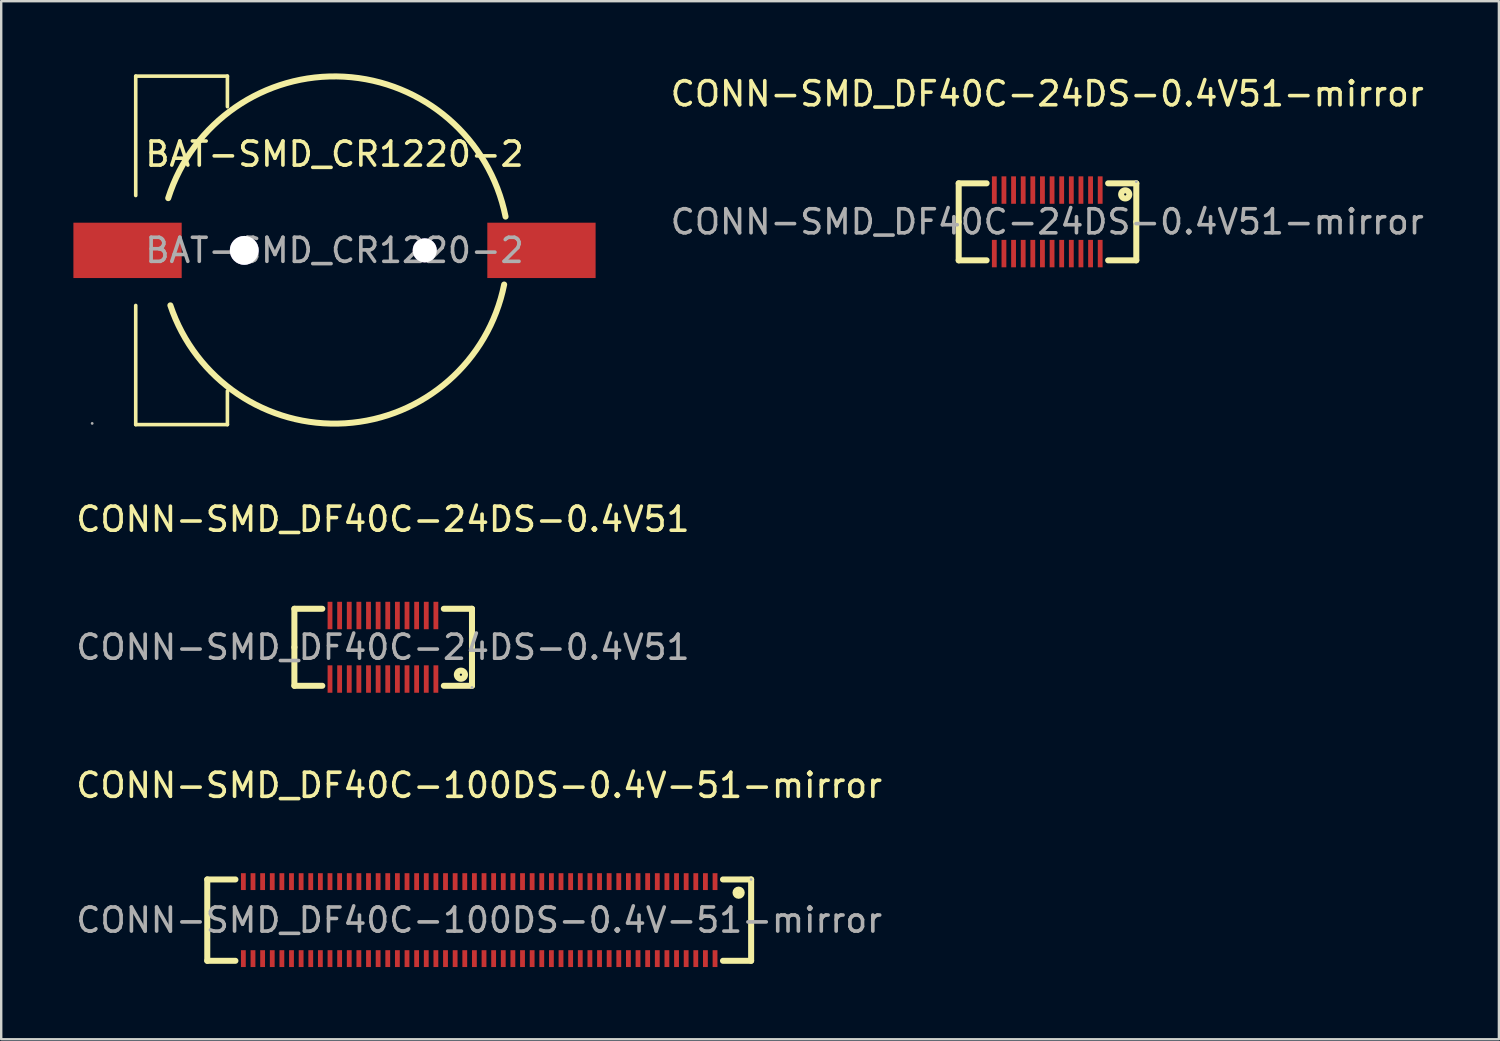
<source format=kicad_pcb>
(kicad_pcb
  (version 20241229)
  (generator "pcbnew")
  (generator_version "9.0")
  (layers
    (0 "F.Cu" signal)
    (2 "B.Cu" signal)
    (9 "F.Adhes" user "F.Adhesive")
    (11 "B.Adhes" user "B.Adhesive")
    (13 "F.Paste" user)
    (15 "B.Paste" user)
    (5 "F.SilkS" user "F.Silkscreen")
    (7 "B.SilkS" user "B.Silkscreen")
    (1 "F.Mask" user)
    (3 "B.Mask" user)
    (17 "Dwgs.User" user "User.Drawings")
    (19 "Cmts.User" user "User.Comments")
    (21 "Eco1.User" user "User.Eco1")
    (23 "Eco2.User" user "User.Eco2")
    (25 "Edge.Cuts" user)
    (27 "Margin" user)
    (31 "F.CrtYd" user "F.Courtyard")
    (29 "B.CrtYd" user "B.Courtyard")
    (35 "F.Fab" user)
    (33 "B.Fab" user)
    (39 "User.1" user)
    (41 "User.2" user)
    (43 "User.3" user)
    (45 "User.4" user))
  (footprint "BAT-SMD_CR1220-2"
    (layer "F.Cu")
    (at 10.85 7.354)
    (property "Reference" "BAT-SMD_CR1220-2" (at 0 -4 0) (layer "F.SilkS") (effects (font (size 1 1) (thickness 0.15))))
    (attr smd)
    (fp_line (start -8.26 -7.24) (end -8.26 -2.28) (stroke (width 0.15) (type solid)) (layer "F.SilkS"))
    (fp_line (start -8.26 2.29) (end -8.26 7.24) (stroke (width 0.15) (type solid)) (layer "F.SilkS"))
    (fp_line (start -8.26 7.24) (end -4.45 7.24) (stroke (width 0.15) (type solid)) (layer "F.SilkS"))
    (fp_line (start -4.45 -7.24) (end -8.26 -7.24) (stroke (width 0.15) (type solid)) (layer "F.SilkS"))
    (fp_line (start -4.45 -5.97) (end -4.45 -7.24) (stroke (width 0.15) (type solid)) (layer "F.SilkS"))
    (fp_line (start -4.45 7.24) (end -4.45 5.84) (stroke (width 0.15) (type solid)) (layer "F.SilkS"))
    (fp_arc (start -6.91 -2.17) (mid 0.395803 -7.217924) (end 7.1076 -1.403454) (stroke (width 0.25) (type solid)) (layer "F.SilkS"))
    (fp_arc (start 7.05 1.42) (mid 0.447691 7.185665) (end -6.82007 2.285356) (stroke (width 0.25) (type solid)) (layer "F.SilkS"))
    (fp_circle (center -3.75 0) (end -3.5 0) (stroke (width 0.5) (type solid)) (fill no) (layer "Cmts.User"))
    (fp_circle (center 3.75 0) (end 3.94 0) (stroke (width 0.38) (type solid)) (fill no) (layer "Cmts.User"))
    (fp_circle (center -10.07 7.19) (end -10.04 7.19) (stroke (width 0.06) (type solid)) (fill no) (layer "F.Fab"))
    (fp_text user "${REFERENCE}" (at 0 0 0) (layer "F.Fab") (effects (font (size 1 1) (thickness 0.15))))
    (pad "" thru_hole circle (at -3.75 0) (size 1.2 1.2) (drill 1.2) (layers "*.Cu" "*.Mask"))
    (pad "" thru_hole circle (at 3.75 0) (size 1 1) (drill 1) (layers "*.Cu" "*.Mask"))
    (pad "1" smd rect (at -8.6 0 180) (size 4.5 2.3) (layers "F.Cu" "F.Mask" "F.Paste"))
    (pad "2" smd rect (at 8.6 0 180) (size 4.5 2.3) (layers "F.Cu" "F.Mask" "F.Paste")))
  (footprint "CONN-SMD_DF40C-100DS-0.4V-51-mirror"
    (layer "F.Cu")
    (at 16.863 35.185)
    (property "Reference" "CONN-SMD_DF40C-100DS-0.4V-51-mirror" (at 0 -5.6 0) (layer "F.SilkS") (effects (font (size 1 1) (thickness 0.15))))
    (attr smd)
    (fp_line (start -11.3 -1.69) (end -10.13 -1.69) (stroke (width 0.25) (type solid)) (layer "F.SilkS"))
    (fp_line (start -11.3 1.69) (end -11.3 -1.69) (stroke (width 0.25) (type solid)) (layer "F.SilkS"))
    (fp_line (start -11.3 1.69) (end -10.13 1.69) (stroke (width 0.25) (type solid)) (layer "F.SilkS"))
    (fp_line (start 10.13 -1.69) (end 11.3 -1.69) (stroke (width 0.25) (type solid)) (layer "F.SilkS"))
    (fp_line (start 10.13 1.69) (end 11.3 1.69) (stroke (width 0.25) (type solid)) (layer "F.SilkS"))
    (fp_line (start 11.3 1.69) (end 11.3 -1.69) (stroke (width 0.25) (type solid)) (layer "F.SilkS"))
    (fp_circle (center 10.78 -1.14) (end 10.91 -1.14) (stroke (width 0.25) (type solid)) (fill no) (layer "F.SilkS"))
    (fp_circle (center 11.3 -1.69) (end 11.33 -1.69) (stroke (width 0.06) (type solid)) (fill no) (layer "F.Fab"))
    (fp_text user "${REFERENCE}" (at 0 0 0) (layer "F.Fab") (effects (font (size 1 1) (thickness 0.15))))
    (pad "1" smd rect (at 9.8 -1.6) (size 0.2 0.7) (layers "F.Cu" "F.Mask" "F.Paste"))
    (pad "2" smd rect (at 9.8 1.6) (size 0.2 0.7) (layers "F.Cu" "F.Mask" "F.Paste"))
    (pad "3" smd rect (at 9.4 -1.6) (size 0.2 0.7) (layers "F.Cu" "F.Mask" "F.Paste"))
    (pad "4" smd rect (at 9.4 1.6) (size 0.2 0.7) (layers "F.Cu" "F.Mask" "F.Paste"))
    (pad "5" smd rect (at 9 -1.6) (size 0.2 0.7) (layers "F.Cu" "F.Mask" "F.Paste"))
    (pad "6" smd rect (at 9 1.6) (size 0.2 0.7) (layers "F.Cu" "F.Mask" "F.Paste"))
    (pad "7" smd rect (at 8.6 -1.6) (size 0.2 0.7) (layers "F.Cu" "F.Mask" "F.Paste"))
    (pad "8" smd rect (at 8.6 1.6) (size 0.2 0.7) (layers "F.Cu" "F.Mask" "F.Paste"))
    (pad "9" smd rect (at 8.2 -1.6) (size 0.2 0.7) (layers "F.Cu" "F.Mask" "F.Paste"))
    (pad "10" smd rect (at 8.2 1.6) (size 0.2 0.7) (layers "F.Cu" "F.Mask" "F.Paste"))
    (pad "11" smd rect (at 7.8 -1.6) (size 0.2 0.7) (layers "F.Cu" "F.Mask" "F.Paste"))
    (pad "12" smd rect (at 7.8 1.6) (size 0.2 0.7) (layers "F.Cu" "F.Mask" "F.Paste"))
    (pad "13" smd rect (at 7.4 -1.6) (size 0.2 0.7) (layers "F.Cu" "F.Mask" "F.Paste"))
    (pad "14" smd rect (at 7.4 1.6) (size 0.2 0.7) (layers "F.Cu" "F.Mask" "F.Paste"))
    (pad "15" smd rect (at 7 -1.6) (size 0.2 0.7) (layers "F.Cu" "F.Mask" "F.Paste"))
    (pad "16" smd rect (at 7 1.6) (size 0.2 0.7) (layers "F.Cu" "F.Mask" "F.Paste"))
    (pad "17" smd rect (at 6.6 -1.6) (size 0.2 0.7) (layers "F.Cu" "F.Mask" "F.Paste"))
    (pad "18" smd rect (at 6.6 1.6) (size 0.2 0.7) (layers "F.Cu" "F.Mask" "F.Paste"))
    (pad "19" smd rect (at 6.2 -1.6) (size 0.2 0.7) (layers "F.Cu" "F.Mask" "F.Paste"))
    (pad "20" smd rect (at 6.2 1.6) (size 0.2 0.7) (layers "F.Cu" "F.Mask" "F.Paste"))
    (pad "21" smd rect (at 5.8 -1.6) (size 0.2 0.7) (layers "F.Cu" "F.Mask" "F.Paste"))
    (pad "22" smd rect (at 5.8 1.6) (size 0.2 0.7) (layers "F.Cu" "F.Mask" "F.Paste"))
    (pad "23" smd rect (at 5.4 -1.6) (size 0.2 0.7) (layers "F.Cu" "F.Mask" "F.Paste"))
    (pad "24" smd rect (at 5.4 1.6) (size 0.2 0.7) (layers "F.Cu" "F.Mask" "F.Paste"))
    (pad "25" smd rect (at 5 -1.6) (size 0.2 0.7) (layers "F.Cu" "F.Mask" "F.Paste"))
    (pad "26" smd rect (at 5 1.6) (size 0.2 0.7) (layers "F.Cu" "F.Mask" "F.Paste"))
    (pad "27" smd rect (at 4.6 -1.6) (size 0.2 0.7) (layers "F.Cu" "F.Mask" "F.Paste"))
    (pad "28" smd rect (at 4.6 1.6) (size 0.2 0.7) (layers "F.Cu" "F.Mask" "F.Paste"))
    (pad "29" smd rect (at 4.2 -1.6) (size 0.2 0.7) (layers "F.Cu" "F.Mask" "F.Paste"))
    (pad "30" smd rect (at 4.2 1.6) (size 0.2 0.7) (layers "F.Cu" "F.Mask" "F.Paste"))
    (pad "31" smd rect (at 3.8 -1.6) (size 0.2 0.7) (layers "F.Cu" "F.Mask" "F.Paste"))
    (pad "32" smd rect (at 3.8 1.6) (size 0.2 0.7) (layers "F.Cu" "F.Mask" "F.Paste"))
    (pad "33" smd rect (at 3.4 -1.6) (size 0.2 0.7) (layers "F.Cu" "F.Mask" "F.Paste"))
    (pad "34" smd rect (at 3.4 1.6) (size 0.2 0.7) (layers "F.Cu" "F.Mask" "F.Paste"))
    (pad "35" smd rect (at 3 -1.6) (size 0.2 0.7) (layers "F.Cu" "F.Mask" "F.Paste"))
    (pad "36" smd rect (at 3 1.6) (size 0.2 0.7) (layers "F.Cu" "F.Mask" "F.Paste"))
    (pad "37" smd rect (at 2.6 -1.6) (size 0.2 0.7) (layers "F.Cu" "F.Mask" "F.Paste"))
    (pad "38" smd rect (at 2.6 1.6) (size 0.2 0.7) (layers "F.Cu" "F.Mask" "F.Paste"))
    (pad "39" smd rect (at 2.2 -1.6) (size 0.2 0.7) (layers "F.Cu" "F.Mask" "F.Paste"))
    (pad "40" smd rect (at 2.2 1.6) (size 0.2 0.7) (layers "F.Cu" "F.Mask" "F.Paste"))
    (pad "41" smd rect (at 1.8 -1.6) (size 0.2 0.7) (layers "F.Cu" "F.Mask" "F.Paste"))
    (pad "42" smd rect (at 1.8 1.6) (size 0.2 0.7) (layers "F.Cu" "F.Mask" "F.Paste"))
    (pad "43" smd rect (at 1.4 -1.6) (size 0.2 0.7) (layers "F.Cu" "F.Mask" "F.Paste"))
    (pad "44" smd rect (at 1.4 1.6) (size 0.2 0.7) (layers "F.Cu" "F.Mask" "F.Paste"))
    (pad "45" smd rect (at 1 -1.6) (size 0.2 0.7) (layers "F.Cu" "F.Mask" "F.Paste"))
    (pad "46" smd rect (at 1 1.6) (size 0.2 0.7) (layers "F.Cu" "F.Mask" "F.Paste"))
    (pad "47" smd rect (at 0.6 -1.6) (size 0.2 0.7) (layers "F.Cu" "F.Mask" "F.Paste"))
    (pad "48" smd rect (at 0.6 1.6) (size 0.2 0.7) (layers "F.Cu" "F.Mask" "F.Paste"))
    (pad "49" smd rect (at 0.2 -1.6) (size 0.2 0.7) (layers "F.Cu" "F.Mask" "F.Paste"))
    (pad "50" smd rect (at 0.2 1.6) (size 0.2 0.7) (layers "F.Cu" "F.Mask" "F.Paste"))
    (pad "51" smd rect (at -0.2 -1.6) (size 0.2 0.7) (layers "F.Cu" "F.Mask" "F.Paste"))
    (pad "52" smd rect (at -0.2 1.6) (size 0.2 0.7) (layers "F.Cu" "F.Mask" "F.Paste"))
    (pad "53" smd rect (at -0.6 -1.6) (size 0.2 0.7) (layers "F.Cu" "F.Mask" "F.Paste"))
    (pad "54" smd rect (at -0.6 1.6) (size 0.2 0.7) (layers "F.Cu" "F.Mask" "F.Paste"))
    (pad "55" smd rect (at -1 -1.6) (size 0.2 0.7) (layers "F.Cu" "F.Mask" "F.Paste"))
    (pad "56" smd rect (at -1 1.6) (size 0.2 0.7) (layers "F.Cu" "F.Mask" "F.Paste"))
    (pad "57" smd rect (at -1.4 -1.6) (size 0.2 0.7) (layers "F.Cu" "F.Mask" "F.Paste"))
    (pad "58" smd rect (at -1.4 1.6) (size 0.2 0.7) (layers "F.Cu" "F.Mask" "F.Paste"))
    (pad "59" smd rect (at -1.8 -1.6) (size 0.2 0.7) (layers "F.Cu" "F.Mask" "F.Paste"))
    (pad "60" smd rect (at -1.8 1.6) (size 0.2 0.7) (layers "F.Cu" "F.Mask" "F.Paste"))
    (pad "61" smd rect (at -2.2 -1.6) (size 0.2 0.7) (layers "F.Cu" "F.Mask" "F.Paste"))
    (pad "62" smd rect (at -2.2 1.6) (size 0.2 0.7) (layers "F.Cu" "F.Mask" "F.Paste"))
    (pad "63" smd rect (at -2.6 -1.6) (size 0.2 0.7) (layers "F.Cu" "F.Mask" "F.Paste"))
    (pad "64" smd rect (at -2.6 1.6) (size 0.2 0.7) (layers "F.Cu" "F.Mask" "F.Paste"))
    (pad "65" smd rect (at -3 -1.6) (size 0.2 0.7) (layers "F.Cu" "F.Mask" "F.Paste"))
    (pad "66" smd rect (at -3 1.6) (size 0.2 0.7) (layers "F.Cu" "F.Mask" "F.Paste"))
    (pad "67" smd rect (at -3.4 -1.6) (size 0.2 0.7) (layers "F.Cu" "F.Mask" "F.Paste"))
    (pad "68" smd rect (at -3.4 1.6) (size 0.2 0.7) (layers "F.Cu" "F.Mask" "F.Paste"))
    (pad "69" smd rect (at -3.8 -1.6) (size 0.2 0.7) (layers "F.Cu" "F.Mask" "F.Paste"))
    (pad "70" smd rect (at -3.8 1.6) (size 0.2 0.7) (layers "F.Cu" "F.Mask" "F.Paste"))
    (pad "71" smd rect (at -4.2 -1.6) (size 0.2 0.7) (layers "F.Cu" "F.Mask" "F.Paste"))
    (pad "72" smd rect (at -4.2 1.6) (size 0.2 0.7) (layers "F.Cu" "F.Mask" "F.Paste"))
    (pad "73" smd rect (at -4.6 -1.6) (size 0.2 0.7) (layers "F.Cu" "F.Mask" "F.Paste"))
    (pad "74" smd rect (at -4.6 1.6) (size 0.2 0.7) (layers "F.Cu" "F.Mask" "F.Paste"))
    (pad "75" smd rect (at -5 -1.6) (size 0.2 0.7) (layers "F.Cu" "F.Mask" "F.Paste"))
    (pad "76" smd rect (at -5 1.6) (size 0.2 0.7) (layers "F.Cu" "F.Mask" "F.Paste"))
    (pad "77" smd rect (at -5.4 -1.6) (size 0.2 0.7) (layers "F.Cu" "F.Mask" "F.Paste"))
    (pad "78" smd rect (at -5.4 1.6) (size 0.2 0.7) (layers "F.Cu" "F.Mask" "F.Paste"))
    (pad "79" smd rect (at -5.8 -1.6) (size 0.2 0.7) (layers "F.Cu" "F.Mask" "F.Paste"))
    (pad "80" smd rect (at -5.8 1.6) (size 0.2 0.7) (layers "F.Cu" "F.Mask" "F.Paste"))
    (pad "81" smd rect (at -6.2 -1.6) (size 0.2 0.7) (layers "F.Cu" "F.Mask" "F.Paste"))
    (pad "82" smd rect (at -6.2 1.6) (size 0.2 0.7) (layers "F.Cu" "F.Mask" "F.Paste"))
    (pad "83" smd rect (at -6.6 -1.6) (size 0.2 0.7) (layers "F.Cu" "F.Mask" "F.Paste"))
    (pad "84" smd rect (at -6.6 1.6) (size 0.2 0.7) (layers "F.Cu" "F.Mask" "F.Paste"))
    (pad "85" smd rect (at -7 -1.6) (size 0.2 0.7) (layers "F.Cu" "F.Mask" "F.Paste"))
    (pad "86" smd rect (at -7 1.6) (size 0.2 0.7) (layers "F.Cu" "F.Mask" "F.Paste"))
    (pad "87" smd rect (at -7.4 -1.6) (size 0.2 0.7) (layers "F.Cu" "F.Mask" "F.Paste"))
    (pad "88" smd rect (at -7.4 1.6) (size 0.2 0.7) (layers "F.Cu" "F.Mask" "F.Paste"))
    (pad "89" smd rect (at -7.8 -1.6) (size 0.2 0.7) (layers "F.Cu" "F.Mask" "F.Paste"))
    (pad "90" smd rect (at -7.8 1.6) (size 0.2 0.7) (layers "F.Cu" "F.Mask" "F.Paste"))
    (pad "91" smd rect (at -8.2 -1.6 180) (size 0.2 0.7) (layers "F.Cu" "F.Mask" "F.Paste"))
    (pad "92" smd rect (at -8.2 1.6) (size 0.2 0.7) (layers "F.Cu" "F.Mask" "F.Paste"))
    (pad "93" smd rect (at -8.6 -1.6 180) (size 0.2 0.7) (layers "F.Cu" "F.Mask" "F.Paste"))
    (pad "94" smd rect (at -8.6 1.6) (size 0.2 0.7) (layers "F.Cu" "F.Mask" "F.Paste"))
    (pad "95" smd rect (at -9 -1.6 180) (size 0.2 0.7) (layers "F.Cu" "F.Mask" "F.Paste"))
    (pad "96" smd rect (at -9 1.6) (size 0.2 0.7) (layers "F.Cu" "F.Mask" "F.Paste"))
    (pad "97" smd rect (at -9.4 -1.6 180) (size 0.2 0.7) (layers "F.Cu" "F.Mask" "F.Paste"))
    (pad "98" smd rect (at -9.4 1.6) (size 0.2 0.7) (layers "F.Cu" "F.Mask" "F.Paste"))
    (pad "99" smd rect (at -9.8 -1.6 180) (size 0.2 0.7) (layers "F.Cu" "F.Mask" "F.Paste"))
    (pad "100" smd rect (at -9.8 1.6) (size 0.2 0.7) (layers "F.Cu" "F.Mask" "F.Paste")))
  (footprint "CONN-SMD_DF40C-24DS-0.4V51-mirror"
    (layer "F.Cu")
    (at 40.468 6.168)
    (property "Reference" "CONN-SMD_DF40C-24DS-0.4V51-mirror" (at 0 -5.32 0) (layer "F.SilkS") (effects (font (size 1 1) (thickness 0.15))))
    (attr smd)
    (fp_line (start -3.68 -1.6) (end -2.52 -1.6) (stroke (width 0.25) (type solid)) (layer "F.SilkS"))
    (fp_line (start -3.68 0) (end -3.68 -1.6) (stroke (width 0.25) (type solid)) (layer "F.SilkS"))
    (fp_line (start -3.68 0) (end -3.68 1.6) (stroke (width 0.25) (type solid)) (layer "F.SilkS"))
    (fp_line (start -3.68 1.6) (end -2.52 1.6) (stroke (width 0.25) (type solid)) (layer "F.SilkS"))
    (fp_line (start 3.7 -1.6) (end 2.53 -1.6) (stroke (width 0.25) (type solid)) (layer "F.SilkS"))
    (fp_line (start 3.7 0) (end 3.7 -1.6) (stroke (width 0.25) (type solid)) (layer "F.SilkS"))
    (fp_line (start 3.7 0) (end 3.7 1.6) (stroke (width 0.25) (type solid)) (layer "F.SilkS"))
    (fp_line (start 3.7 1.6) (end 2.53 1.6) (stroke (width 0.25) (type solid)) (layer "F.SilkS"))
    (fp_circle (center 3.24 -1.14) (end 3.41 -1.14) (stroke (width 0.25) (type solid)) (fill no) (layer "F.SilkS"))
    (fp_circle (center 3.7 -1.67) (end 3.73 -1.67) (stroke (width 0.06) (type solid)) (fill no) (layer "F.Fab"))
    (fp_text user "${REFERENCE}" (at 0 0 0) (layer "F.Fab") (effects (font (size 1 1) (thickness 0.15))))
    (pad "1" smd rect (at 2.2 -1.32) (size 0.2 1.14) (layers "F.Cu" "F.Mask" "F.Paste"))
    (pad "2" smd rect (at 2.2 1.32) (size 0.2 1.14) (layers "F.Cu" "F.Mask" "F.Paste"))
    (pad "3" smd rect (at 1.8 -1.32) (size 0.2 1.14) (layers "F.Cu" "F.Mask" "F.Paste"))
    (pad "4" smd rect (at 1.8 1.32) (size 0.2 1.14) (layers "F.Cu" "F.Mask" "F.Paste"))
    (pad "5" smd rect (at 1.4 -1.32) (size 0.2 1.14) (layers "F.Cu" "F.Mask" "F.Paste"))
    (pad "6" smd rect (at 1.4 1.32) (size 0.2 1.14) (layers "F.Cu" "F.Mask" "F.Paste"))
    (pad "7" smd rect (at 1 -1.32) (size 0.2 1.14) (layers "F.Cu" "F.Mask" "F.Paste"))
    (pad "8" smd rect (at 1 1.32) (size 0.2 1.14) (layers "F.Cu" "F.Mask" "F.Paste"))
    (pad "9" smd rect (at 0.6 -1.32) (size 0.2 1.14) (layers "F.Cu" "F.Mask" "F.Paste"))
    (pad "10" smd rect (at 0.6 1.32) (size 0.2 1.14) (layers "F.Cu" "F.Mask" "F.Paste"))
    (pad "11" smd rect (at 0.2 -1.32) (size 0.2 1.14) (layers "F.Cu" "F.Mask" "F.Paste"))
    (pad "12" smd rect (at 0.2 1.32) (size 0.2 1.14) (layers "F.Cu" "F.Mask" "F.Paste"))
    (pad "13" smd rect (at -0.2 -1.32) (size 0.2 1.14) (layers "F.Cu" "F.Mask" "F.Paste"))
    (pad "14" smd rect (at -0.2 1.32) (size 0.2 1.14) (layers "F.Cu" "F.Mask" "F.Paste"))
    (pad "15" smd rect (at -0.6 -1.32) (size 0.2 1.14) (layers "F.Cu" "F.Mask" "F.Paste"))
    (pad "16" smd rect (at -0.6 1.32) (size 0.2 1.14) (layers "F.Cu" "F.Mask" "F.Paste"))
    (pad "17" smd rect (at -1 -1.32) (size 0.2 1.14) (layers "F.Cu" "F.Mask" "F.Paste"))
    (pad "18" smd rect (at -1 1.32) (size 0.2 1.14) (layers "F.Cu" "F.Mask" "F.Paste"))
    (pad "19" smd rect (at -1.4 -1.32) (size 0.2 1.14) (layers "F.Cu" "F.Mask" "F.Paste"))
    (pad "20" smd rect (at -1.4 1.32) (size 0.2 1.14) (layers "F.Cu" "F.Mask" "F.Paste"))
    (pad "21" smd rect (at -1.8 -1.32) (size 0.2 1.14) (layers "F.Cu" "F.Mask" "F.Paste"))
    (pad "22" smd rect (at -1.8 1.32) (size 0.2 1.14) (layers "F.Cu" "F.Mask" "F.Paste"))
    (pad "23" smd rect (at -2.2 -1.32) (size 0.2 1.14) (layers "F.Cu" "F.Mask" "F.Paste"))
    (pad "24" smd rect (at -2.2 1.32) (size 0.2 1.14) (layers "F.Cu" "F.Mask" "F.Paste")))
  (footprint "CONN-SMD_DF40C-24DS-0.4V51"
    (layer "F.Cu")
    (at 12.863 23.847)
    (property "Reference" "CONN-SMD_DF40C-24DS-0.4V51" (at 0 -5.32 0) (layer "F.SilkS") (effects (font (size 1 1) (thickness 0.15))))
    (attr smd)
    (fp_line (start -3.68 -1.6) (end -2.52 -1.6) (stroke (width 0.25) (type solid)) (layer "F.SilkS"))
    (fp_line (start -3.68 0) (end -3.68 -1.6) (stroke (width 0.25) (type solid)) (layer "F.SilkS"))
    (fp_line (start -3.68 0) (end -3.68 1.6) (stroke (width 0.25) (type solid)) (layer "F.SilkS"))
    (fp_line (start -3.68 1.6) (end -2.52 1.6) (stroke (width 0.25) (type solid)) (layer "F.SilkS"))
    (fp_line (start 3.7 -1.6) (end 2.53 -1.6) (stroke (width 0.25) (type solid)) (layer "F.SilkS"))
    (fp_line (start 3.7 0) (end 3.7 -1.6) (stroke (width 0.25) (type solid)) (layer "F.SilkS"))
    (fp_line (start 3.7 0) (end 3.7 1.6) (stroke (width 0.25) (type solid)) (layer "F.SilkS"))
    (fp_line (start 3.7 1.6) (end 2.53 1.6) (stroke (width 0.25) (type solid)) (layer "F.SilkS"))
    (fp_circle (center 3.24 1.14) (end 3.41 1.14) (stroke (width 0.25) (type solid)) (fill no) (layer "F.SilkS"))
    (fp_circle (center 3.7 1.67) (end 3.73 1.67) (stroke (width 0.06) (type solid)) (fill no) (layer "F.Fab"))
    (fp_text user "${REFERENCE}" (at 0 0 0) (layer "F.Fab") (effects (font (size 1 1) (thickness 0.15))))
    (pad "1" smd rect (at 2.2 1.32) (size 0.2 1.14) (layers "F.Cu" "F.Mask" "F.Paste"))
    (pad "2" smd rect (at 2.2 -1.32) (size 0.2 1.14) (layers "F.Cu" "F.Mask" "F.Paste"))
    (pad "3" smd rect (at 1.8 1.32) (size 0.2 1.14) (layers "F.Cu" "F.Mask" "F.Paste"))
    (pad "4" smd rect (at 1.8 -1.32) (size 0.2 1.14) (layers "F.Cu" "F.Mask" "F.Paste"))
    (pad "5" smd rect (at 1.4 1.32) (size 0.2 1.14) (layers "F.Cu" "F.Mask" "F.Paste"))
    (pad "6" smd rect (at 1.4 -1.32) (size 0.2 1.14) (layers "F.Cu" "F.Mask" "F.Paste"))
    (pad "7" smd rect (at 1 1.32) (size 0.2 1.14) (layers "F.Cu" "F.Mask" "F.Paste"))
    (pad "8" smd rect (at 1 -1.32) (size 0.2 1.14) (layers "F.Cu" "F.Mask" "F.Paste"))
    (pad "9" smd rect (at 0.6 1.32) (size 0.2 1.14) (layers "F.Cu" "F.Mask" "F.Paste"))
    (pad "10" smd rect (at 0.6 -1.32) (size 0.2 1.14) (layers "F.Cu" "F.Mask" "F.Paste"))
    (pad "11" smd rect (at 0.2 1.32) (size 0.2 1.14) (layers "F.Cu" "F.Mask" "F.Paste"))
    (pad "12" smd rect (at 0.2 -1.32) (size 0.2 1.14) (layers "F.Cu" "F.Mask" "F.Paste"))
    (pad "13" smd rect (at -0.2 1.32) (size 0.2 1.14) (layers "F.Cu" "F.Mask" "F.Paste"))
    (pad "14" smd rect (at -0.2 -1.32) (size 0.2 1.14) (layers "F.Cu" "F.Mask" "F.Paste"))
    (pad "15" smd rect (at -0.6 1.32) (size 0.2 1.14) (layers "F.Cu" "F.Mask" "F.Paste"))
    (pad "16" smd rect (at -0.6 -1.32) (size 0.2 1.14) (layers "F.Cu" "F.Mask" "F.Paste"))
    (pad "17" smd rect (at -1 1.32) (size 0.2 1.14) (layers "F.Cu" "F.Mask" "F.Paste"))
    (pad "18" smd rect (at -1 -1.32) (size 0.2 1.14) (layers "F.Cu" "F.Mask" "F.Paste"))
    (pad "19" smd rect (at -1.4 1.32) (size 0.2 1.14) (layers "F.Cu" "F.Mask" "F.Paste"))
    (pad "20" smd rect (at -1.4 -1.32) (size 0.2 1.14) (layers "F.Cu" "F.Mask" "F.Paste"))
    (pad "21" smd rect (at -1.8 1.32) (size 0.2 1.14) (layers "F.Cu" "F.Mask" "F.Paste"))
    (pad "22" smd rect (at -1.8 -1.32) (size 0.2 1.14) (layers "F.Cu" "F.Mask" "F.Paste"))
    (pad "23" smd rect (at -2.2 1.32) (size 0.2 1.14) (layers "F.Cu" "F.Mask" "F.Paste"))
    (pad "24" smd rect (at -2.2 -1.32) (size 0.2 1.14) (layers "F.Cu" "F.Mask" "F.Paste")))
  (gr_rect
    (start -3 -3)
    (end 59.236 40.135)
    (stroke (width 0.1) (type default))
    (fill no)
    (layer "Edge.Cuts")))
</source>
